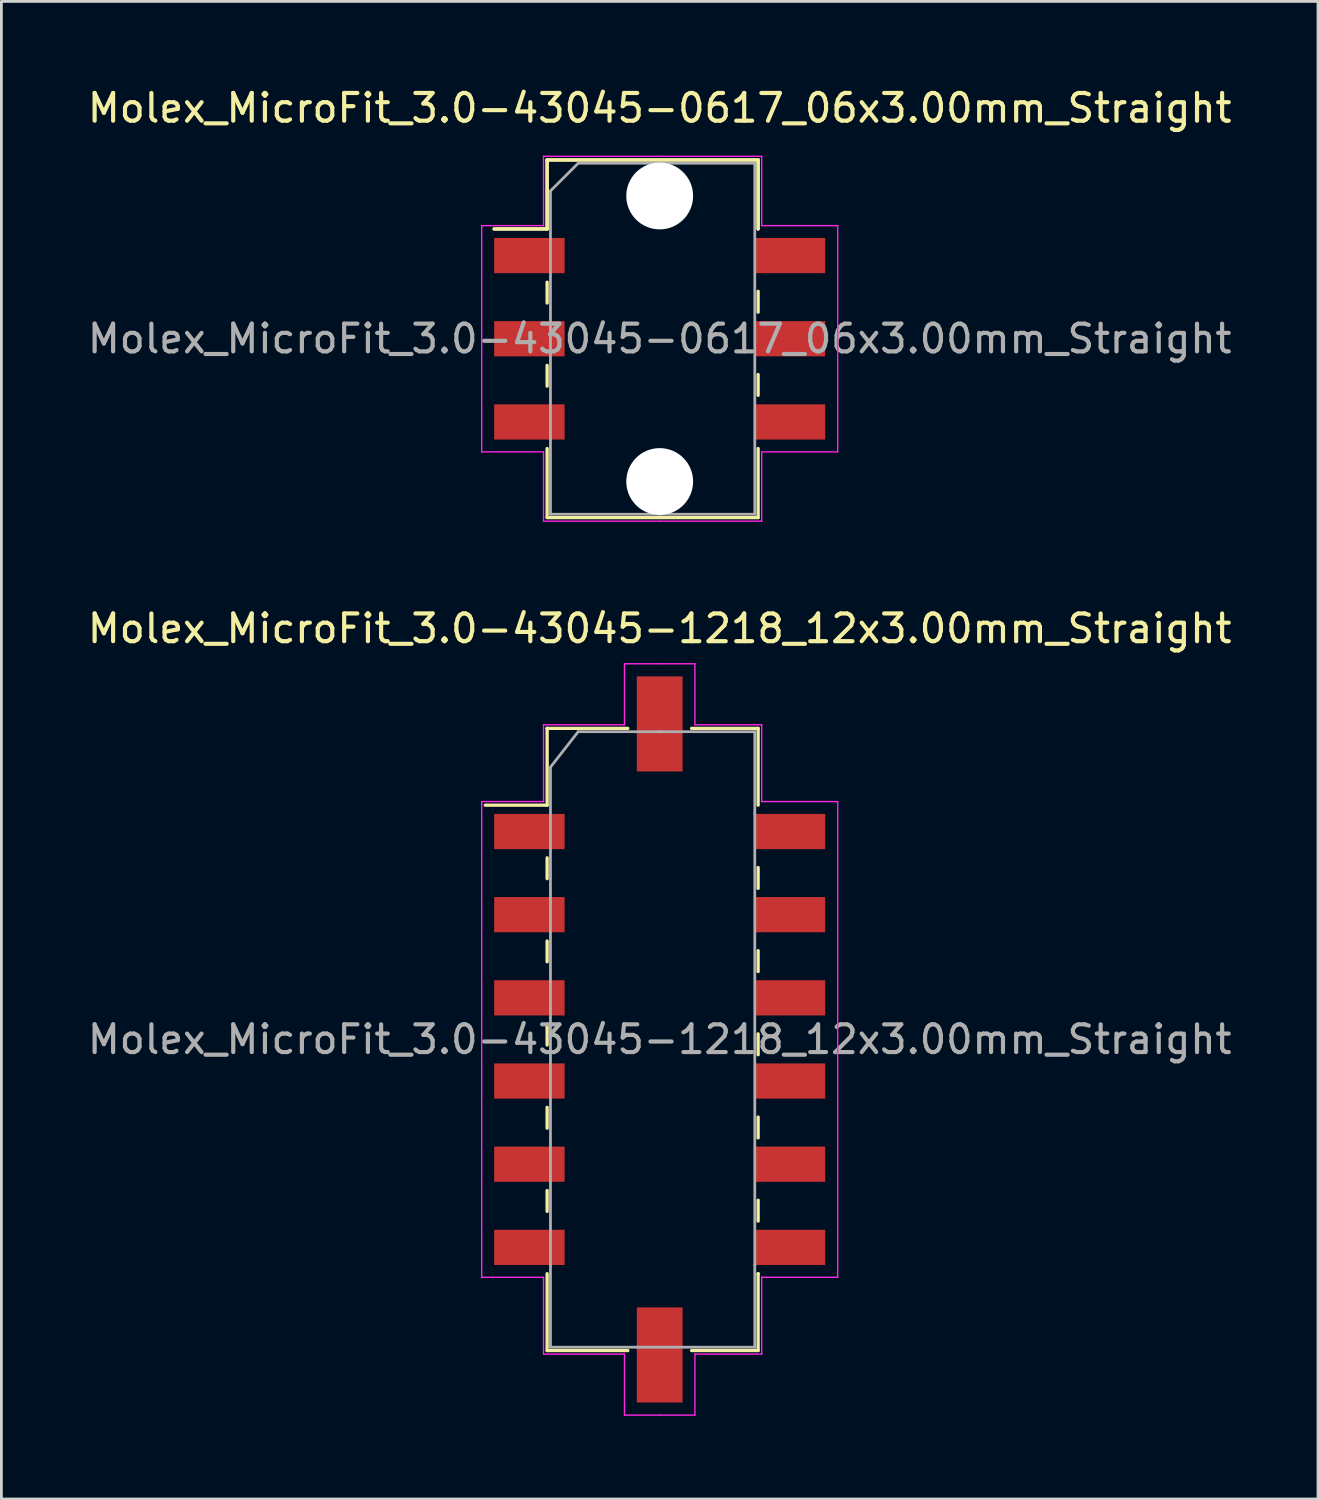
<source format=kicad_pcb>
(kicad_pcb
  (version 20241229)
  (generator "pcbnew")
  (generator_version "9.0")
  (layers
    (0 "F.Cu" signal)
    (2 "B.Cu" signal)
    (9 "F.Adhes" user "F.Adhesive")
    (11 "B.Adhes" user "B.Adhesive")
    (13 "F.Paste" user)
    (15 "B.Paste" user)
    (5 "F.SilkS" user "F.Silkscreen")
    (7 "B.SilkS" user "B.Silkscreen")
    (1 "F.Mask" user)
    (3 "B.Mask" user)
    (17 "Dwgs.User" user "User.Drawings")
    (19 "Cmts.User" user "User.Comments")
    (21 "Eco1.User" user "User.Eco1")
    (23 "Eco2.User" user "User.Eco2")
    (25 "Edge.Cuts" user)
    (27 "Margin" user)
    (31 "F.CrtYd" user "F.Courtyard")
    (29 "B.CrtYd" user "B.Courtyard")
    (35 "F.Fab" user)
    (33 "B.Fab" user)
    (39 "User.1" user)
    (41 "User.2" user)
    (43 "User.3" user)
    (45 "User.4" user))
  (footprint "Molex_MicroFit_3.0-43045-0617_06x3.00mm_Straight"
    (layer "F.Cu")
    (at 20.744 9.168)
    (property "Reference" "Molex_MicroFit_3.0-43045-0617_06x3.00mm_Straight" (at 0 -8.32 0) (layer "F.SilkS") (effects (font (size 1 1) (thickness 0.15))))
    (attr smd)
    (fp_line (start -5.97 -3.96) (end -4.06 -3.96) (stroke (width 0.12) (type solid)) (layer "F.SilkS"))
    (fp_line (start -5.97 -3.96) (end -4.06 -3.96) (stroke (width 0.12) (type solid)) (layer "F.SilkS"))
    (fp_line (start -4.06 -6.45) (end 3.55 -6.45) (stroke (width 0.12) (type solid)) (layer "F.SilkS"))
    (fp_line (start -4.06 -6.45) (end 3.55 -6.45) (stroke (width 0.12) (type solid)) (layer "F.SilkS"))
    (fp_line (start -4.06 -3.96) (end -4.06 -6.45) (stroke (width 0.12) (type solid)) (layer "F.SilkS"))
    (fp_line (start -4.06 -3.96) (end -4.06 -6.45) (stroke (width 0.12) (type solid)) (layer "F.SilkS"))
    (fp_line (start -4.06 -2.04) (end -4.06 -1.29) (stroke (width 0.12) (type solid)) (layer "F.SilkS"))
    (fp_line (start -4.06 0.96) (end -4.06 1.71) (stroke (width 0.12) (type solid)) (layer "F.SilkS"))
    (fp_line (start -4.06 6.45) (end -4.06 3.96) (stroke (width 0.12) (type solid)) (layer "F.SilkS"))
    (fp_line (start 3.55 -6.45) (end 3.55 -3.96) (stroke (width 0.12) (type solid)) (layer "F.SilkS"))
    (fp_line (start 3.55 -6.45) (end 3.55 -3.96) (stroke (width 0.12) (type solid)) (layer "F.SilkS"))
    (fp_line (start 3.55 -0.96) (end 3.55 -1.71) (stroke (width 0.12) (type solid)) (layer "F.SilkS"))
    (fp_line (start 3.55 2.04) (end 3.55 1.29) (stroke (width 0.12) (type solid)) (layer "F.SilkS"))
    (fp_line (start 3.55 3.96) (end 3.55 6.45) (stroke (width 0.12) (type solid)) (layer "F.SilkS"))
    (fp_line (start 3.55 6.45) (end -4.06 6.45) (stroke (width 0.12) (type solid)) (layer "F.SilkS"))
    (fp_line (start -6.42 -4.08) (end -4.19 -4.08) (stroke (width 0.05) (type solid)) (layer "F.CrtYd"))
    (fp_line (start -6.42 4.08) (end -6.42 -4.08) (stroke (width 0.05) (type solid)) (layer "F.CrtYd"))
    (fp_line (start -4.19 -6.58) (end 0 -6.58) (stroke (width 0.05) (type solid)) (layer "F.CrtYd"))
    (fp_line (start -4.19 -4.08) (end -4.19 -6.58) (stroke (width 0.05) (type solid)) (layer "F.CrtYd"))
    (fp_line (start -4.19 4.08) (end -6.42 4.08) (stroke (width 0.05) (type solid)) (layer "F.CrtYd"))
    (fp_line (start -4.19 6.58) (end -4.19 4.08) (stroke (width 0.05) (type solid)) (layer "F.CrtYd"))
    (fp_line (start 0 -6.58) (end 3.68 -6.58) (stroke (width 0.05) (type solid)) (layer "F.CrtYd"))
    (fp_line (start 0 6.58) (end -4.19 6.58) (stroke (width 0.05) (type solid)) (layer "F.CrtYd"))
    (fp_line (start 3.68 -6.58) (end 3.68 -4.08) (stroke (width 0.05) (type solid)) (layer "F.CrtYd"))
    (fp_line (start 3.68 -4.08) (end 6.42 -4.08) (stroke (width 0.05) (type solid)) (layer "F.CrtYd"))
    (fp_line (start 3.68 4.08) (end 3.68 6.58) (stroke (width 0.05) (type solid)) (layer "F.CrtYd"))
    (fp_line (start 3.68 6.58) (end 0 6.58) (stroke (width 0.05) (type solid)) (layer "F.CrtYd"))
    (fp_line (start 6.42 -4.08) (end 6.42 4.08) (stroke (width 0.05) (type solid)) (layer "F.CrtYd"))
    (fp_line (start 6.42 4.08) (end 3.68 4.08) (stroke (width 0.05) (type solid)) (layer "F.CrtYd"))
    (fp_line (start -3.94 -5.33) (end -2.94 -6.33) (stroke (width 0.1) (type solid)) (layer "F.Fab"))
    (fp_line (start -3.94 6.33) (end -3.94 -5.33) (stroke (width 0.1) (type solid)) (layer "F.Fab"))
    (fp_line (start -2.94 -6.33) (end 0 -6.33) (stroke (width 0.1) (type solid)) (layer "F.Fab"))
    (fp_line (start 0 -6.33) (end 3.43 -6.33) (stroke (width 0.1) (type solid)) (layer "F.Fab"))
    (fp_line (start 0 6.33) (end -3.94 6.33) (stroke (width 0.1) (type solid)) (layer "F.Fab"))
    (fp_line (start 3.43 -6.33) (end 3.43 6.33) (stroke (width 0.1) (type solid)) (layer "F.Fab"))
    (fp_line (start 3.43 6.33) (end 0 6.33) (stroke (width 0.1) (type solid)) (layer "F.Fab"))
    (fp_text user "${REFERENCE}" (at 0 0 0) (layer "F.Fab") (effects (font (size 1 1) (thickness 0.15))))
    (pad "" np_thru_hole circle (at 0 -5.15) (size 2.41 2.41) (drill 2.41) (layers "*.Cu"))
    (pad "" np_thru_hole circle (at 0 5.15) (size 2.41 2.41) (drill 2.41) (layers "*.Cu"))
    (pad "1" smd rect (at -4.7 -3) (size 2.54 1.27) (layers "F.Cu" "F.Mask" "F.Paste"))
    (pad "2" smd rect (at -4.7 0) (size 2.54 1.27) (layers "F.Cu" "F.Mask" "F.Paste"))
    (pad "3" smd rect (at -4.7 3) (size 2.54 1.27) (layers "F.Cu" "F.Mask" "F.Paste"))
    (pad "4" smd rect (at 4.7 3) (size 2.54 1.27) (layers "F.Cu" "F.Mask" "F.Paste"))
    (pad "5" smd rect (at 4.7 0) (size 2.54 1.27) (layers "F.Cu" "F.Mask" "F.Paste"))
    (pad "6" smd rect (at 4.7 -3) (size 2.54 1.27) (layers "F.Cu" "F.Mask" "F.Paste")))
  (footprint "Molex_MicroFit_3.0-43045-1218_12x3.00mm_Straight"
    (layer "F.Cu")
    (at 20.744 34.441)
    (property "Reference" "Molex_MicroFit_3.0-43045-1218_12x3.00mm_Straight" (at 0 -14.82 0) (layer "F.SilkS") (effects (font (size 1 1) (thickness 0.15))))
    (attr smd)
    (fp_line (start -6.29 -8.45) (end -4.06 -8.45) (stroke (width 0.12) (type solid)) (layer "F.SilkS"))
    (fp_line (start -4.06 -11.22) (end -4.06 -11.22) (stroke (width 0.12) (type solid)) (layer "F.SilkS"))
    (fp_line (start -4.06 -11.22) (end -1.15 -11.22) (stroke (width 0.12) (type solid)) (layer "F.SilkS"))
    (fp_line (start -4.06 -8.45) (end -4.06 -11.22) (stroke (width 0.12) (type solid)) (layer "F.SilkS"))
    (fp_line (start -4.06 -6.55) (end -4.06 -5.8) (stroke (width 0.12) (type solid)) (layer "F.SilkS"))
    (fp_line (start -4.06 -3.55) (end -4.06 -2.8) (stroke (width 0.12) (type solid)) (layer "F.SilkS"))
    (fp_line (start -4.06 -0.55) (end -4.06 0.2) (stroke (width 0.12) (type solid)) (layer "F.SilkS"))
    (fp_line (start -4.06 2.45) (end -4.06 3.2) (stroke (width 0.12) (type solid)) (layer "F.SilkS"))
    (fp_line (start -4.06 5.45) (end -4.06 6.2) (stroke (width 0.12) (type solid)) (layer "F.SilkS"))
    (fp_line (start -4.06 11.22) (end -4.06 8.45) (stroke (width 0.12) (type solid)) (layer "F.SilkS"))
    (fp_line (start -1.15 11.22) (end -4.06 11.22) (stroke (width 0.12) (type solid)) (layer "F.SilkS"))
    (fp_line (start 1.15 -11.22) (end 3.55 -11.22) (stroke (width 0.12) (type solid)) (layer "F.SilkS"))
    (fp_line (start 3.55 -11.22) (end 3.55 -8.45) (stroke (width 0.12) (type solid)) (layer "F.SilkS"))
    (fp_line (start 3.55 -5.45) (end 3.55 -6.2) (stroke (width 0.12) (type solid)) (layer "F.SilkS"))
    (fp_line (start 3.55 -2.45) (end 3.55 -3.2) (stroke (width 0.12) (type solid)) (layer "F.SilkS"))
    (fp_line (start 3.55 0.55) (end 3.55 -0.2) (stroke (width 0.12) (type solid)) (layer "F.SilkS"))
    (fp_line (start 3.55 3.55) (end 3.55 2.8) (stroke (width 0.12) (type solid)) (layer "F.SilkS"))
    (fp_line (start 3.55 6.55) (end 3.55 5.8) (stroke (width 0.12) (type solid)) (layer "F.SilkS"))
    (fp_line (start 3.55 8.45) (end 3.55 8.45) (stroke (width 0.12) (type solid)) (layer "F.SilkS"))
    (fp_line (start 3.55 8.45) (end 3.55 11.22) (stroke (width 0.12) (type solid)) (layer "F.SilkS"))
    (fp_line (start 3.55 11.22) (end 1.15 11.22) (stroke (width 0.12) (type solid)) (layer "F.SilkS"))
    (fp_line (start -6.42 -8.58) (end -4.19 -8.58) (stroke (width 0.05) (type solid)) (layer "F.CrtYd"))
    (fp_line (start -6.42 8.58) (end -6.42 -8.58) (stroke (width 0.05) (type solid)) (layer "F.CrtYd"))
    (fp_line (start -4.19 -11.35) (end -4.19 -11.35) (stroke (width 0.05) (type solid)) (layer "F.CrtYd"))
    (fp_line (start -4.19 -11.35) (end -1.27 -11.35) (stroke (width 0.05) (type solid)) (layer "F.CrtYd"))
    (fp_line (start -4.19 -8.58) (end -4.19 -11.35) (stroke (width 0.05) (type solid)) (layer "F.CrtYd"))
    (fp_line (start -4.19 8.58) (end -6.42 8.58) (stroke (width 0.05) (type solid)) (layer "F.CrtYd"))
    (fp_line (start -4.19 11.35) (end -4.19 8.58) (stroke (width 0.05) (type solid)) (layer "F.CrtYd"))
    (fp_line (start -1.27 -13.55) (end 0 -13.55) (stroke (width 0.05) (type solid)) (layer "F.CrtYd"))
    (fp_line (start -1.27 -11.35) (end -1.27 -13.55) (stroke (width 0.05) (type solid)) (layer "F.CrtYd"))
    (fp_line (start -1.27 11.35) (end -4.19 11.35) (stroke (width 0.05) (type solid)) (layer "F.CrtYd"))
    (fp_line (start -1.27 13.55) (end -1.27 11.35) (stroke (width 0.05) (type solid)) (layer "F.CrtYd"))
    (fp_line (start 0 -13.55) (end 1.27 -13.55) (stroke (width 0.05) (type solid)) (layer "F.CrtYd"))
    (fp_line (start 0 13.55) (end -1.27 13.55) (stroke (width 0.05) (type solid)) (layer "F.CrtYd"))
    (fp_line (start 1.27 -13.55) (end 1.27 -11.35) (stroke (width 0.05) (type solid)) (layer "F.CrtYd"))
    (fp_line (start 1.27 -11.35) (end 3.68 -11.35) (stroke (width 0.05) (type solid)) (layer "F.CrtYd"))
    (fp_line (start 1.27 11.35) (end 1.27 13.55) (stroke (width 0.05) (type solid)) (layer "F.CrtYd"))
    (fp_line (start 1.27 13.55) (end 0 13.55) (stroke (width 0.05) (type solid)) (layer "F.CrtYd"))
    (fp_line (start 3.68 -11.35) (end 3.68 -8.58) (stroke (width 0.05) (type solid)) (layer "F.CrtYd"))
    (fp_line (start 3.68 -8.58) (end 6.42 -8.58) (stroke (width 0.05) (type solid)) (layer "F.CrtYd"))
    (fp_line (start 3.68 8.58) (end 3.68 8.58) (stroke (width 0.05) (type solid)) (layer "F.CrtYd"))
    (fp_line (start 3.68 8.58) (end 3.68 11.35) (stroke (width 0.05) (type solid)) (layer "F.CrtYd"))
    (fp_line (start 3.68 11.35) (end 1.27 11.35) (stroke (width 0.05) (type solid)) (layer "F.CrtYd"))
    (fp_line (start 6.42 -8.58) (end 6.42 8.58) (stroke (width 0.05) (type solid)) (layer "F.CrtYd"))
    (fp_line (start 6.42 8.58) (end 3.68 8.58) (stroke (width 0.05) (type solid)) (layer "F.CrtYd"))
    (fp_line (start -3.94 -9.82) (end -2.94 -11.1) (stroke (width 0.1) (type solid)) (layer "F.Fab"))
    (fp_line (start -3.94 8.13) (end -3.94 -9.82) (stroke (width 0.1) (type solid)) (layer "F.Fab"))
    (fp_line (start -3.94 11.1) (end -3.94 8.13) (stroke (width 0.1) (type solid)) (layer "F.Fab"))
    (fp_line (start -2.94 -11.1) (end 0 -11.1) (stroke (width 0.1) (type solid)) (layer "F.Fab"))
    (fp_line (start -0.82 11.1) (end -3.94 11.1) (stroke (width 0.1) (type solid)) (layer "F.Fab"))
    (fp_line (start 0 -11.1) (end 3.43 -11.1) (stroke (width 0.1) (type solid)) (layer "F.Fab"))
    (fp_line (start 3.43 -11.1) (end 3.43 -8.13) (stroke (width 0.1) (type solid)) (layer "F.Fab"))
    (fp_line (start 3.43 -8.13) (end 3.43 8.13) (stroke (width 0.1) (type solid)) (layer "F.Fab"))
    (fp_line (start 3.43 8.13) (end 3.43 11.1) (stroke (width 0.1) (type solid)) (layer "F.Fab"))
    (fp_line (start 3.43 11.1) (end -0.82 11.1) (stroke (width 0.1) (type solid)) (layer "F.Fab"))
    (fp_text user "${REFERENCE}" (at 0 0 0) (layer "F.Fab") (effects (font (size 1 1) (thickness 0.15))))
    (pad "" smd rect (at 0 -11.38) (size 1.65 3.43) (layers "F.Cu" "F.Mask" "F.Paste"))
    (pad "" smd rect (at 0 11.38) (size 1.65 3.43) (layers "F.Cu" "F.Mask" "F.Paste"))
    (pad "1" smd rect (at -4.7 -7.5) (size 2.54 1.27) (layers "F.Cu" "F.Mask" "F.Paste"))
    (pad "2" smd rect (at -4.7 -4.5) (size 2.54 1.27) (layers "F.Cu" "F.Mask" "F.Paste"))
    (pad "3" smd rect (at -4.7 -1.5) (size 2.54 1.27) (layers "F.Cu" "F.Mask" "F.Paste"))
    (pad "4" smd rect (at -4.7 1.5) (size 2.54 1.27) (layers "F.Cu" "F.Mask" "F.Paste"))
    (pad "5" smd rect (at -4.7 4.5) (size 2.54 1.27) (layers "F.Cu" "F.Mask" "F.Paste"))
    (pad "6" smd rect (at -4.7 7.5) (size 2.54 1.27) (layers "F.Cu" "F.Mask" "F.Paste"))
    (pad "7" smd rect (at 4.7 7.5) (size 2.54 1.27) (layers "F.Cu" "F.Mask" "F.Paste"))
    (pad "8" smd rect (at 4.7 4.5) (size 2.54 1.27) (layers "F.Cu" "F.Mask" "F.Paste"))
    (pad "9" smd rect (at 4.7 1.5) (size 2.54 1.27) (layers "F.Cu" "F.Mask" "F.Paste"))
    (pad "10" smd rect (at 4.7 -1.5) (size 2.54 1.27) (layers "F.Cu" "F.Mask" "F.Paste"))
    (pad "11" smd rect (at 4.7 -4.5) (size 2.54 1.27) (layers "F.Cu" "F.Mask" "F.Paste"))
    (pad "12" smd rect (at 4.7 -7.5) (size 2.54 1.27) (layers "F.Cu" "F.Mask" "F.Paste")))
  (gr_rect
    (start -3 -3)
    (end 44.488 51.017)
    (stroke (width 0.1) (type default))
    (fill no)
    (layer "Edge.Cuts")))
</source>
